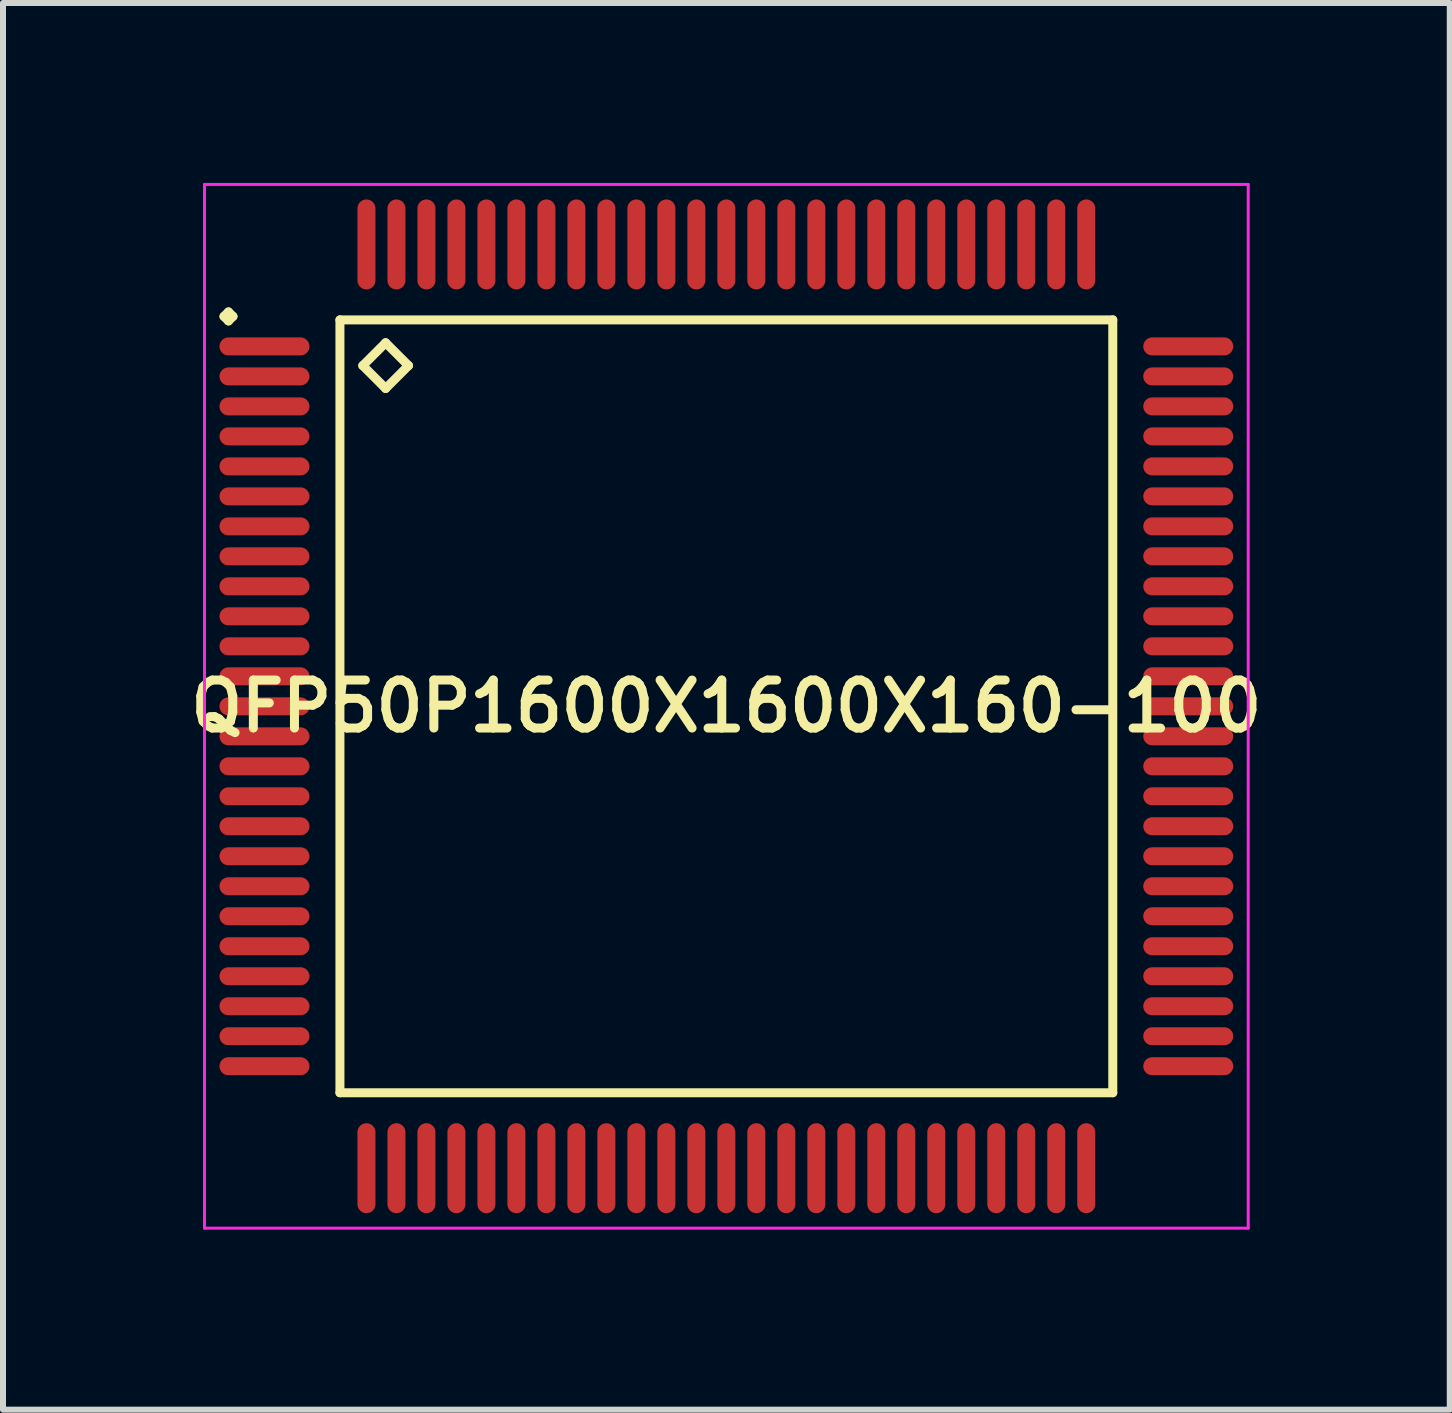
<source format=kicad_pcb>
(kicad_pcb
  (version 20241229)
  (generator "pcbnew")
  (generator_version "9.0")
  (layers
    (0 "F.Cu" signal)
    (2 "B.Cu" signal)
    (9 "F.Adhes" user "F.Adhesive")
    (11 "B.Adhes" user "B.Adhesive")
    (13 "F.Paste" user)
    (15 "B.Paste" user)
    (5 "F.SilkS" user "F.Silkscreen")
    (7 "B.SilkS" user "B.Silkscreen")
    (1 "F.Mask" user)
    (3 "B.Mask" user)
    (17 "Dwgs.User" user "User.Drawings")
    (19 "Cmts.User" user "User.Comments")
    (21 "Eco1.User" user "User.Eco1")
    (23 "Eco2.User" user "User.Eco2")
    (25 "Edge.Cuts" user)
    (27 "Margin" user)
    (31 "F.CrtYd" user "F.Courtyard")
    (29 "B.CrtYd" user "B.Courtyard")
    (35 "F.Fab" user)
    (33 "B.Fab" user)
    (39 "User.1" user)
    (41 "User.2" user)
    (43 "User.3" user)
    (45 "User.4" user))
  (footprint "QFP50P1600X1600X160-100"
    (layer "F.Cu")
    (at 9.059 8.725)
    (property "Reference" "QFP50P1600X1600X160-100" (at 0 0 0) (layer "F.SilkS") (effects (font (size 0.8 0.8) (thickness 0.15))))
    (attr smd)
    (fp_line (start -8.375 -6.5) (end -8.3 -6.575) (stroke (width 0.15) (type solid)) (layer "F.SilkS"))
    (fp_line (start -8.3 -6.575) (end -8.225 -6.5) (stroke (width 0.15) (type solid)) (layer "F.SilkS"))
    (fp_line (start -8.3 -6.425) (end -8.375 -6.5) (stroke (width 0.15) (type solid)) (layer "F.SilkS"))
    (fp_line (start -8.225 -6.5) (end -8.3 -6.425) (stroke (width 0.15) (type solid)) (layer "F.SilkS"))
    (fp_line (start -6.442 -6.442) (end -6.442 6.442) (stroke (width 0.15) (type solid)) (layer "F.SilkS"))
    (fp_line (start -6.442 6.442) (end 6.442 6.442) (stroke (width 0.15) (type solid)) (layer "F.SilkS"))
    (fp_line (start -6.061 -5.68) (end -5.68 -6.061) (stroke (width 0.15) (type solid)) (layer "F.SilkS"))
    (fp_line (start -5.68 -6.061) (end -5.299 -5.68) (stroke (width 0.15) (type solid)) (layer "F.SilkS"))
    (fp_line (start -5.68 -5.299) (end -6.061 -5.68) (stroke (width 0.15) (type solid)) (layer "F.SilkS"))
    (fp_line (start -5.299 -5.68) (end -5.68 -5.299) (stroke (width 0.15) (type solid)) (layer "F.SilkS"))
    (fp_line (start 6.442 -6.442) (end -6.442 -6.442) (stroke (width 0.15) (type solid)) (layer "F.SilkS"))
    (fp_line (start 6.442 6.442) (end 6.442 -6.442) (stroke (width 0.15) (type solid)) (layer "F.SilkS"))
    (fp_line (start -8.7 -8.7) (end 8.7 -8.7) (stroke (width 0.05) (type solid)) (layer "F.CrtYd"))
    (fp_line (start -8.7 8.7) (end -8.7 -8.7) (stroke (width 0.05) (type solid)) (layer "F.CrtYd"))
    (fp_line (start 8.7 -8.7) (end 8.7 8.7) (stroke (width 0.05) (type solid)) (layer "F.CrtYd"))
    (fp_line (start 8.7 8.7) (end -8.7 8.7) (stroke (width 0.05) (type solid)) (layer "F.CrtYd"))
    (pad "1" smd oval (at -7.7 -6) (size 1.5 0.3) (layers "F.Cu" "F.Mask" "F.Paste"))
    (pad "2" smd oval (at -7.7 -5.5) (size 1.5 0.3) (layers "F.Cu" "F.Mask" "F.Paste"))
    (pad "3" smd oval (at -7.7 -5) (size 1.5 0.3) (layers "F.Cu" "F.Mask" "F.Paste"))
    (pad "4" smd oval (at -7.7 -4.5) (size 1.5 0.3) (layers "F.Cu" "F.Mask" "F.Paste"))
    (pad "5" smd oval (at -7.7 -4) (size 1.5 0.3) (layers "F.Cu" "F.Mask" "F.Paste"))
    (pad "6" smd oval (at -7.7 -3.5) (size 1.5 0.3) (layers "F.Cu" "F.Mask" "F.Paste"))
    (pad "7" smd oval (at -7.7 -3) (size 1.5 0.3) (layers "F.Cu" "F.Mask" "F.Paste"))
    (pad "8" smd oval (at -7.7 -2.5) (size 1.5 0.3) (layers "F.Cu" "F.Mask" "F.Paste"))
    (pad "9" smd oval (at -7.7 -2) (size 1.5 0.3) (layers "F.Cu" "F.Mask" "F.Paste"))
    (pad "10" smd oval (at -7.7 -1.5) (size 1.5 0.3) (layers "F.Cu" "F.Mask" "F.Paste"))
    (pad "11" smd oval (at -7.7 -1) (size 1.5 0.3) (layers "F.Cu" "F.Mask" "F.Paste"))
    (pad "12" smd oval (at -7.7 -0.5) (size 1.5 0.3) (layers "F.Cu" "F.Mask" "F.Paste"))
    (pad "13" smd oval (at -7.7 0) (size 1.5 0.3) (layers "F.Cu" "F.Mask" "F.Paste"))
    (pad "14" smd oval (at -7.7 0.5) (size 1.5 0.3) (layers "F.Cu" "F.Mask" "F.Paste"))
    (pad "15" smd oval (at -7.7 1) (size 1.5 0.3) (layers "F.Cu" "F.Mask" "F.Paste"))
    (pad "16" smd oval (at -7.7 1.5) (size 1.5 0.3) (layers "F.Cu" "F.Mask" "F.Paste"))
    (pad "17" smd oval (at -7.7 2) (size 1.5 0.3) (layers "F.Cu" "F.Mask" "F.Paste"))
    (pad "18" smd oval (at -7.7 2.5) (size 1.5 0.3) (layers "F.Cu" "F.Mask" "F.Paste"))
    (pad "19" smd oval (at -7.7 3) (size 1.5 0.3) (layers "F.Cu" "F.Mask" "F.Paste"))
    (pad "20" smd oval (at -7.7 3.5) (size 1.5 0.3) (layers "F.Cu" "F.Mask" "F.Paste"))
    (pad "21" smd oval (at -7.7 4) (size 1.5 0.3) (layers "F.Cu" "F.Mask" "F.Paste"))
    (pad "22" smd oval (at -7.7 4.5) (size 1.5 0.3) (layers "F.Cu" "F.Mask" "F.Paste"))
    (pad "23" smd oval (at -7.7 5) (size 1.5 0.3) (layers "F.Cu" "F.Mask" "F.Paste"))
    (pad "24" smd oval (at -7.7 5.5) (size 1.5 0.3) (layers "F.Cu" "F.Mask" "F.Paste"))
    (pad "25" smd oval (at -7.7 6) (size 1.5 0.3) (layers "F.Cu" "F.Mask" "F.Paste"))
    (pad "26" smd oval (at -6 7.7) (size 0.3 1.5) (layers "F.Cu" "F.Mask" "F.Paste"))
    (pad "27" smd oval (at -5.5 7.7) (size 0.3 1.5) (layers "F.Cu" "F.Mask" "F.Paste"))
    (pad "28" smd oval (at -5 7.7) (size 0.3 1.5) (layers "F.Cu" "F.Mask" "F.Paste"))
    (pad "29" smd oval (at -4.5 7.7) (size 0.3 1.5) (layers "F.Cu" "F.Mask" "F.Paste"))
    (pad "30" smd oval (at -4 7.7) (size 0.3 1.5) (layers "F.Cu" "F.Mask" "F.Paste"))
    (pad "31" smd oval (at -3.5 7.7) (size 0.3 1.5) (layers "F.Cu" "F.Mask" "F.Paste"))
    (pad "32" smd oval (at -3 7.7) (size 0.3 1.5) (layers "F.Cu" "F.Mask" "F.Paste"))
    (pad "33" smd oval (at -2.5 7.7) (size 0.3 1.5) (layers "F.Cu" "F.Mask" "F.Paste"))
    (pad "34" smd oval (at -2 7.7) (size 0.3 1.5) (layers "F.Cu" "F.Mask" "F.Paste"))
    (pad "35" smd oval (at -1.5 7.7) (size 0.3 1.5) (layers "F.Cu" "F.Mask" "F.Paste"))
    (pad "36" smd oval (at -1 7.7) (size 0.3 1.5) (layers "F.Cu" "F.Mask" "F.Paste"))
    (pad "37" smd oval (at -0.5 7.7) (size 0.3 1.5) (layers "F.Cu" "F.Mask" "F.Paste"))
    (pad "38" smd oval (at 0 7.7) (size 0.3 1.5) (layers "F.Cu" "F.Mask" "F.Paste"))
    (pad "39" smd oval (at 0.5 7.7) (size 0.3 1.5) (layers "F.Cu" "F.Mask" "F.Paste"))
    (pad "40" smd oval (at 1 7.7) (size 0.3 1.5) (layers "F.Cu" "F.Mask" "F.Paste"))
    (pad "41" smd oval (at 1.5 7.7) (size 0.3 1.5) (layers "F.Cu" "F.Mask" "F.Paste"))
    (pad "42" smd oval (at 2 7.7) (size 0.3 1.5) (layers "F.Cu" "F.Mask" "F.Paste"))
    (pad "43" smd oval (at 2.5 7.7) (size 0.3 1.5) (layers "F.Cu" "F.Mask" "F.Paste"))
    (pad "44" smd oval (at 3 7.7) (size 0.3 1.5) (layers "F.Cu" "F.Mask" "F.Paste"))
    (pad "45" smd oval (at 3.5 7.7) (size 0.3 1.5) (layers "F.Cu" "F.Mask" "F.Paste"))
    (pad "46" smd oval (at 4 7.7) (size 0.3 1.5) (layers "F.Cu" "F.Mask" "F.Paste"))
    (pad "47" smd oval (at 4.5 7.7) (size 0.3 1.5) (layers "F.Cu" "F.Mask" "F.Paste"))
    (pad "48" smd oval (at 5 7.7) (size 0.3 1.5) (layers "F.Cu" "F.Mask" "F.Paste"))
    (pad "49" smd oval (at 5.5 7.7) (size 0.3 1.5) (layers "F.Cu" "F.Mask" "F.Paste"))
    (pad "50" smd oval (at 6 7.7) (size 0.3 1.5) (layers "F.Cu" "F.Mask" "F.Paste"))
    (pad "51" smd oval (at 7.7 6) (size 1.5 0.3) (layers "F.Cu" "F.Mask" "F.Paste"))
    (pad "52" smd oval (at 7.7 5.5) (size 1.5 0.3) (layers "F.Cu" "F.Mask" "F.Paste"))
    (pad "53" smd oval (at 7.7 5) (size 1.5 0.3) (layers "F.Cu" "F.Mask" "F.Paste"))
    (pad "54" smd oval (at 7.7 4.5) (size 1.5 0.3) (layers "F.Cu" "F.Mask" "F.Paste"))
    (pad "55" smd oval (at 7.7 4) (size 1.5 0.3) (layers "F.Cu" "F.Mask" "F.Paste"))
    (pad "56" smd oval (at 7.7 3.5) (size 1.5 0.3) (layers "F.Cu" "F.Mask" "F.Paste"))
    (pad "57" smd oval (at 7.7 3) (size 1.5 0.3) (layers "F.Cu" "F.Mask" "F.Paste"))
    (pad "58" smd oval (at 7.7 2.5) (size 1.5 0.3) (layers "F.Cu" "F.Mask" "F.Paste"))
    (pad "59" smd oval (at 7.7 2) (size 1.5 0.3) (layers "F.Cu" "F.Mask" "F.Paste"))
    (pad "60" smd oval (at 7.7 1.5) (size 1.5 0.3) (layers "F.Cu" "F.Mask" "F.Paste"))
    (pad "61" smd oval (at 7.7 1) (size 1.5 0.3) (layers "F.Cu" "F.Mask" "F.Paste"))
    (pad "62" smd oval (at 7.7 0.5) (size 1.5 0.3) (layers "F.Cu" "F.Mask" "F.Paste"))
    (pad "63" smd oval (at 7.7 0) (size 1.5 0.3) (layers "F.Cu" "F.Mask" "F.Paste"))
    (pad "64" smd oval (at 7.7 -0.5) (size 1.5 0.3) (layers "F.Cu" "F.Mask" "F.Paste"))
    (pad "65" smd oval (at 7.7 -1) (size 1.5 0.3) (layers "F.Cu" "F.Mask" "F.Paste"))
    (pad "66" smd oval (at 7.7 -1.5) (size 1.5 0.3) (layers "F.Cu" "F.Mask" "F.Paste"))
    (pad "67" smd oval (at 7.7 -2) (size 1.5 0.3) (layers "F.Cu" "F.Mask" "F.Paste"))
    (pad "68" smd oval (at 7.7 -2.5) (size 1.5 0.3) (layers "F.Cu" "F.Mask" "F.Paste"))
    (pad "69" smd oval (at 7.7 -3) (size 1.5 0.3) (layers "F.Cu" "F.Mask" "F.Paste"))
    (pad "70" smd oval (at 7.7 -3.5) (size 1.5 0.3) (layers "F.Cu" "F.Mask" "F.Paste"))
    (pad "71" smd oval (at 7.7 -4) (size 1.5 0.3) (layers "F.Cu" "F.Mask" "F.Paste"))
    (pad "72" smd oval (at 7.7 -4.5) (size 1.5 0.3) (layers "F.Cu" "F.Mask" "F.Paste"))
    (pad "73" smd oval (at 7.7 -5) (size 1.5 0.3) (layers "F.Cu" "F.Mask" "F.Paste"))
    (pad "74" smd oval (at 7.7 -5.5) (size 1.5 0.3) (layers "F.Cu" "F.Mask" "F.Paste"))
    (pad "75" smd oval (at 7.7 -6) (size 1.5 0.3) (layers "F.Cu" "F.Mask" "F.Paste"))
    (pad "76" smd oval (at 6 -7.7) (size 0.3 1.5) (layers "F.Cu" "F.Mask" "F.Paste"))
    (pad "77" smd oval (at 5.5 -7.7) (size 0.3 1.5) (layers "F.Cu" "F.Mask" "F.Paste"))
    (pad "78" smd oval (at 5 -7.7) (size 0.3 1.5) (layers "F.Cu" "F.Mask" "F.Paste"))
    (pad "79" smd oval (at 4.5 -7.7) (size 0.3 1.5) (layers "F.Cu" "F.Mask" "F.Paste"))
    (pad "80" smd oval (at 4 -7.7) (size 0.3 1.5) (layers "F.Cu" "F.Mask" "F.Paste"))
    (pad "81" smd oval (at 3.5 -7.7) (size 0.3 1.5) (layers "F.Cu" "F.Mask" "F.Paste"))
    (pad "82" smd oval (at 3 -7.7) (size 0.3 1.5) (layers "F.Cu" "F.Mask" "F.Paste"))
    (pad "83" smd oval (at 2.5 -7.7) (size 0.3 1.5) (layers "F.Cu" "F.Mask" "F.Paste"))
    (pad "84" smd oval (at 2 -7.7) (size 0.3 1.5) (layers "F.Cu" "F.Mask" "F.Paste"))
    (pad "85" smd oval (at 1.5 -7.7) (size 0.3 1.5) (layers "F.Cu" "F.Mask" "F.Paste"))
    (pad "86" smd oval (at 1 -7.7) (size 0.3 1.5) (layers "F.Cu" "F.Mask" "F.Paste"))
    (pad "87" smd oval (at 0.5 -7.7) (size 0.3 1.5) (layers "F.Cu" "F.Mask" "F.Paste"))
    (pad "88" smd oval (at 0 -7.7) (size 0.3 1.5) (layers "F.Cu" "F.Mask" "F.Paste"))
    (pad "89" smd oval (at -0.5 -7.7) (size 0.3 1.5) (layers "F.Cu" "F.Mask" "F.Paste"))
    (pad "90" smd oval (at -1 -7.7) (size 0.3 1.5) (layers "F.Cu" "F.Mask" "F.Paste"))
    (pad "91" smd oval (at -1.5 -7.7) (size 0.3 1.5) (layers "F.Cu" "F.Mask" "F.Paste"))
    (pad "92" smd oval (at -2 -7.7) (size 0.3 1.5) (layers "F.Cu" "F.Mask" "F.Paste"))
    (pad "93" smd oval (at -2.5 -7.7) (size 0.3 1.5) (layers "F.Cu" "F.Mask" "F.Paste"))
    (pad "94" smd oval (at -3 -7.7) (size 0.3 1.5) (layers "F.Cu" "F.Mask" "F.Paste"))
    (pad "95" smd oval (at -3.5 -7.7) (size 0.3 1.5) (layers "F.Cu" "F.Mask" "F.Paste"))
    (pad "96" smd oval (at -4 -7.7) (size 0.3 1.5) (layers "F.Cu" "F.Mask" "F.Paste"))
    (pad "97" smd oval (at -4.5 -7.7) (size 0.3 1.5) (layers "F.Cu" "F.Mask" "F.Paste"))
    (pad "98" smd oval (at -5 -7.7) (size 0.3 1.5) (layers "F.Cu" "F.Mask" "F.Paste"))
    (pad "99" smd oval (at -5.5 -7.7) (size 0.3 1.5) (layers "F.Cu" "F.Mask" "F.Paste"))
    (pad "100" smd oval (at -6 -7.7) (size 0.3 1.5) (layers "F.Cu" "F.Mask" "F.Paste")))
  (gr_rect
    (start -3 -3)
    (end 21.119 20.45)
    (stroke (width 0.1) (type default))
    (fill no)
    (layer "Edge.Cuts")))
</source>
